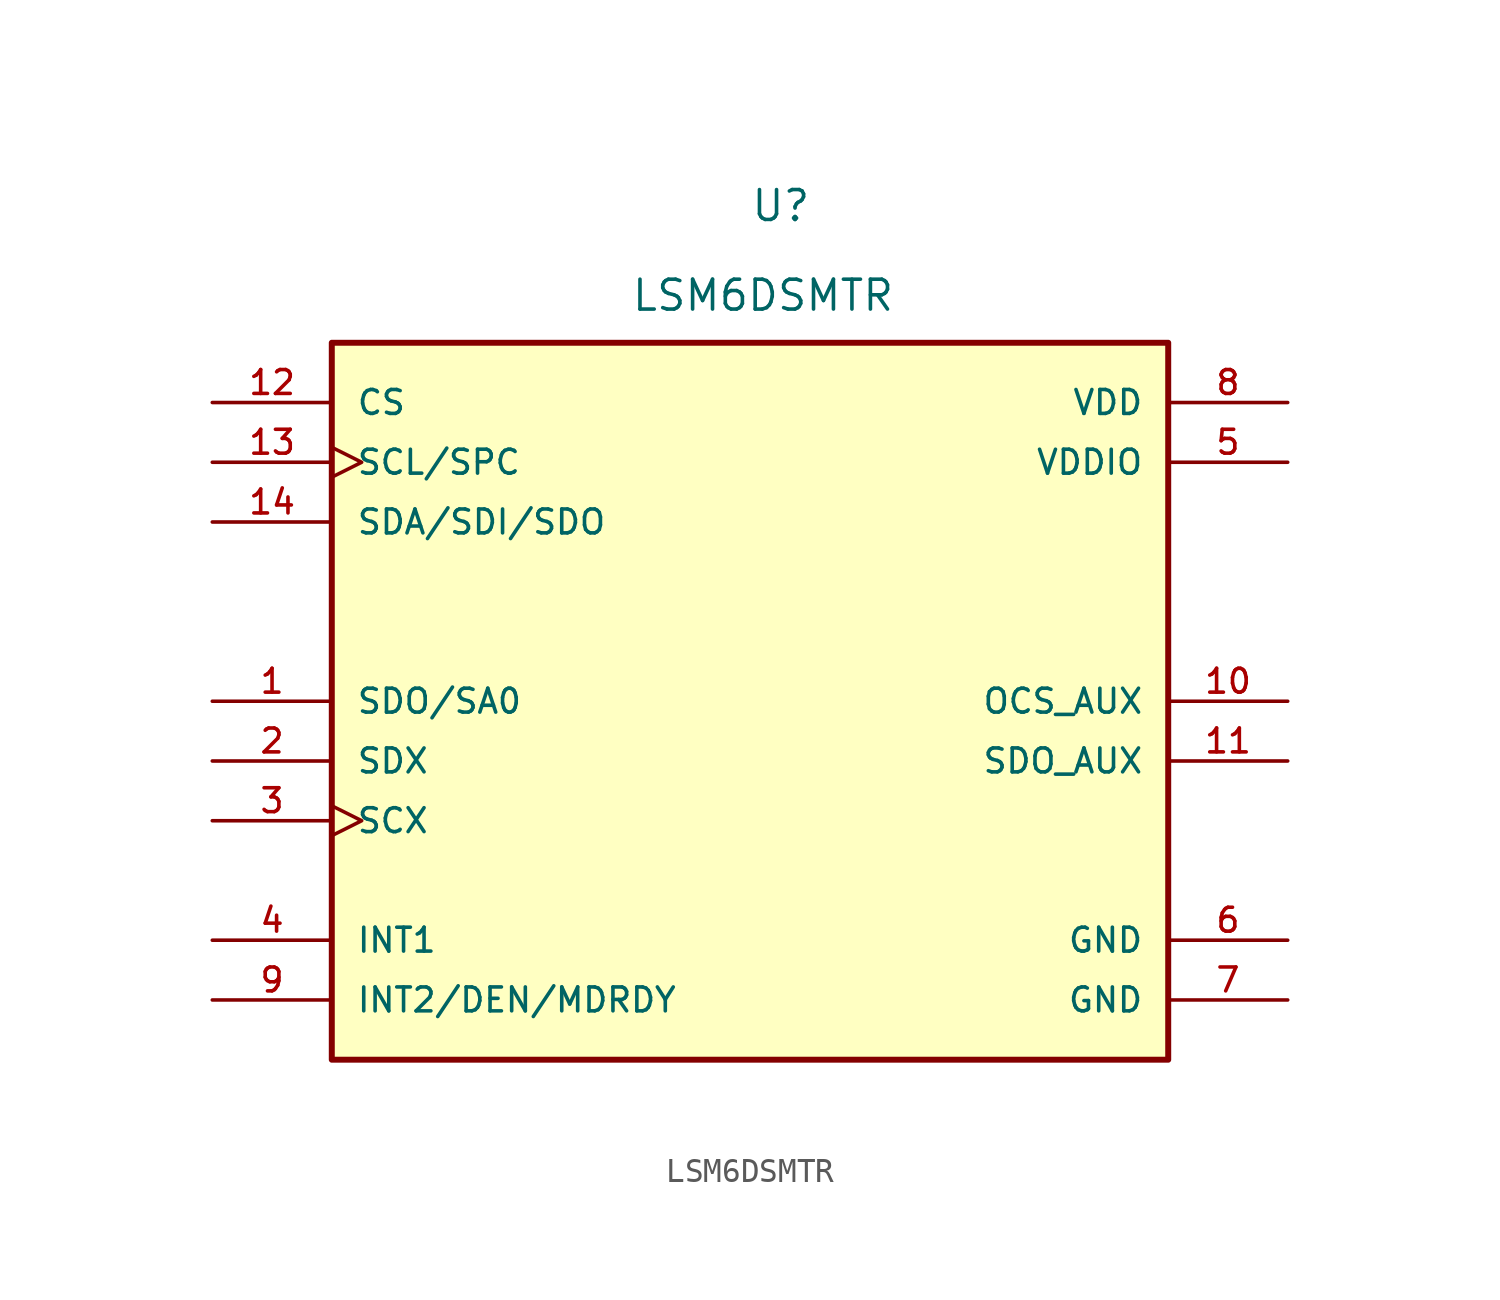
<source format=kicad_sym>
(kicad_symbol_lib
  (version 20211014)
  (generator kicad_symbol_editor)
  (symbol "LSM6DSMTR"
    (pin_names
      (offset 1.016))
    (property "Reference" "U"
      (at 0 20.32 0)
      (effects (font (size 1.27 1.27)) (justify left bottom)))
    (property "Value" "LSM6DSMTR"
      (at -5.08 16.51 0)
      (effects (font (size 1.27 1.27)) (justify left bottom)))
    (symbol "LSM6DSMTR_0_0"
      (rectangle (start -17.78 15.24) (end 17.78 -15.24) (stroke (width 0.254) (type default) (color 0 0 0 0)) (fill (type background)))
      (pin bidirectional line (at -22.86 0 0) (length 5.08) (name "SDO/SA0" (effects (font (size 1.016 1.016)))) (number "1" (effects (font (size 1.016 1.016)))))
      (pin input line (at 22.86 0 180) (length 5.08) (name "OCS_AUX" (effects (font (size 1.016 1.016)))) (number "10" (effects (font (size 1.016 1.016)))))
      (pin bidirectional line (at 22.86 -2.54 180) (length 5.08) (name "SDO_AUX" (effects (font (size 1.016 1.016)))) (number "11" (effects (font (size 1.016 1.016)))))
      (pin input line (at -22.86 12.7 0) (length 5.08) (name "CS" (effects (font (size 1.016 1.016)))) (number "12" (effects (font (size 1.016 1.016)))))
      (pin input clock (at -22.86 10.16 0) (length 5.08) (name "SCL/SPC" (effects (font (size 1.016 1.016)))) (number "13" (effects (font (size 1.016 1.016)))))
      (pin bidirectional line (at -22.86 7.62 0) (length 5.08) (name "SDA/SDI/SDO" (effects (font (size 1.016 1.016)))) (number "14" (effects (font (size 1.016 1.016)))))
      (pin bidirectional line (at -22.86 -2.54 0) (length 5.08) (name "SDX" (effects (font (size 1.016 1.016)))) (number "2" (effects (font (size 1.016 1.016)))))
      (pin bidirectional clock (at -22.86 -5.08 0) (length 5.08) (name "SCX" (effects (font (size 1.016 1.016)))) (number "3" (effects (font (size 1.016 1.016)))))
      (pin input line (at -22.86 -10.16 0) (length 5.08) (name "INT1" (effects (font (size 1.016 1.016)))) (number "4" (effects (font (size 1.016 1.016)))))
      (pin power_in line (at 22.86 10.16 180) (length 5.08) (name "VDDIO" (effects (font (size 1.016 1.016)))) (number "5" (effects (font (size 1.016 1.016)))))
      (pin power_in line (at 22.86 -10.16 180) (length 5.08) (name "GND" (effects (font (size 1.016 1.016)))) (number "6" (effects (font (size 1.016 1.016)))))
      (pin power_in line (at 22.86 -12.7 180) (length 5.08) (name "GND" (effects (font (size 1.016 1.016)))) (number "7" (effects (font (size 1.016 1.016)))))
      (pin power_in line (at 22.86 12.7 180) (length 5.08) (name "VDD" (effects (font (size 1.016 1.016)))) (number "8" (effects (font (size 1.016 1.016)))))
      (pin input line (at -22.86 -12.7 0) (length 5.08) (name "INT2/DEN/MDRDY" (effects (font (size 1.016 1.016)))) (number "9" (effects (font (size 1.016 1.016))))))))
</source>
